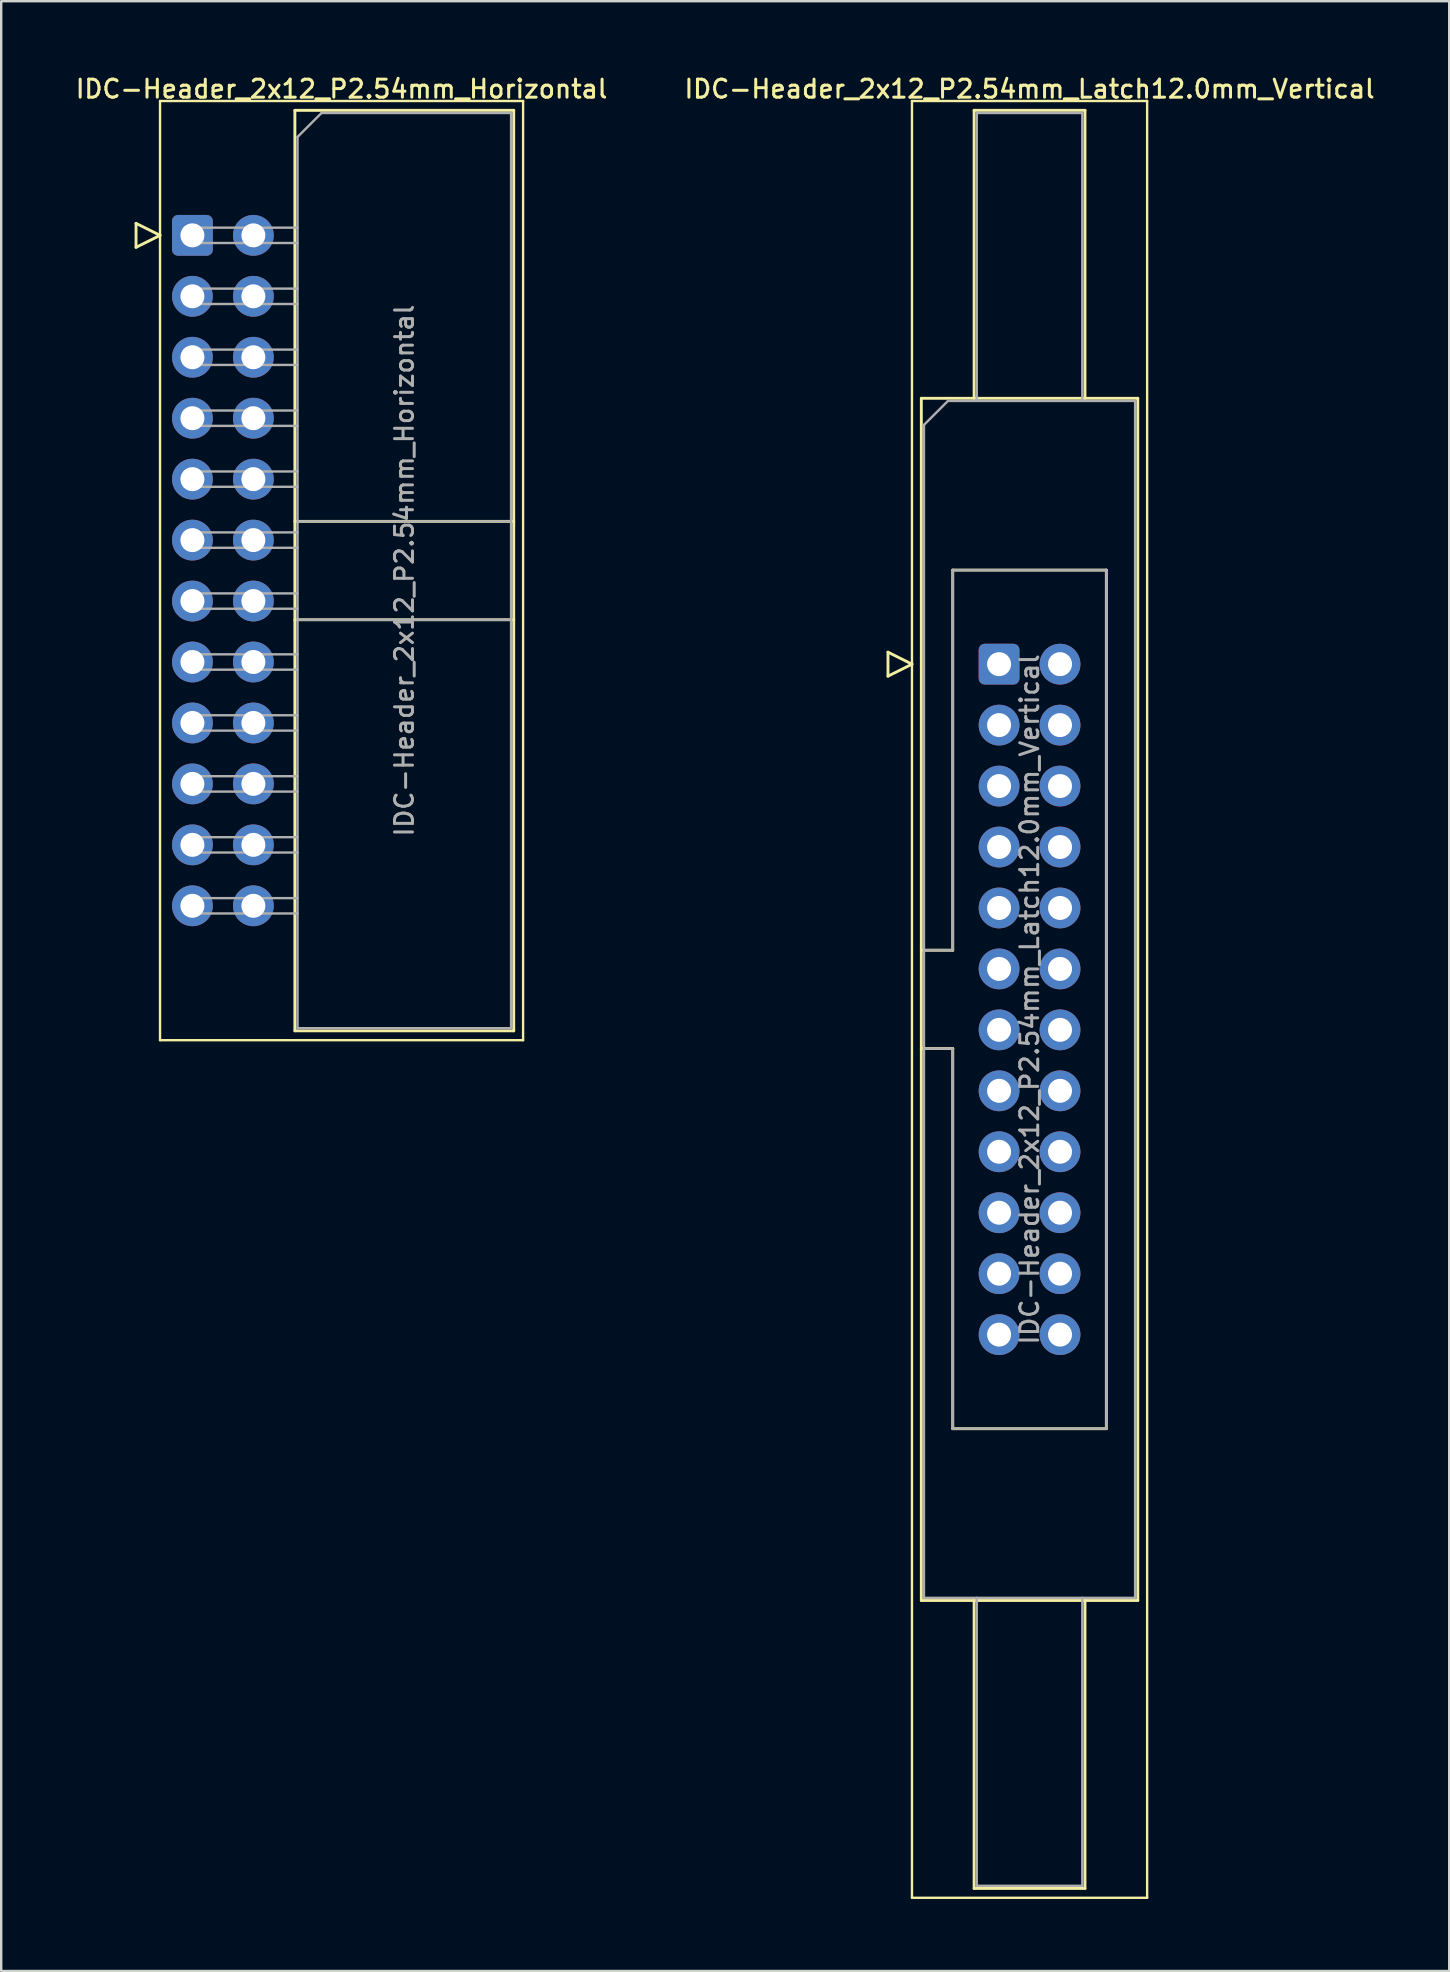
<source format=kicad_pcb>
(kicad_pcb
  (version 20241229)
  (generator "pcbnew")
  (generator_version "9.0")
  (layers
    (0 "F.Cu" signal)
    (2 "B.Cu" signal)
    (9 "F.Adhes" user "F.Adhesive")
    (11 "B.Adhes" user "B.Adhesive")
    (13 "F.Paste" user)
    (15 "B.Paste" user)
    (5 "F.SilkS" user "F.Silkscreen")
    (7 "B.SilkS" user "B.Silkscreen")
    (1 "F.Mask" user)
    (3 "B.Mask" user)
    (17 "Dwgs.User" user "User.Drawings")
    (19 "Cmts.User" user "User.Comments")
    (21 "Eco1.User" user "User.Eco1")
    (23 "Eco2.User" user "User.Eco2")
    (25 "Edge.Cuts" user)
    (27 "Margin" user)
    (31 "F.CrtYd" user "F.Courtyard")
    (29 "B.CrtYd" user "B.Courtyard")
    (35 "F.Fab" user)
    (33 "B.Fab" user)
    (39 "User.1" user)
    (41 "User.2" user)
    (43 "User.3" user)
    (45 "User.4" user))
  (footprint "IDC-Header_2x12_P2.54mm_Horizontal"
    (layer "F.Cu")
    (at 4.969 6.758)
    (property "Reference" "IDC-Header_2x12_P2.54mm_Horizontal" (at 6.215 -6.1 0) (layer "F.SilkS") (effects (font (size 0.75 0.75) (thickness 0.125))))
    (attr through_hole)
    (fp_line (start -2.35 -0.5) (end -2.35 0.5) (stroke (width 0.12) (type solid)) (layer "F.SilkS"))
    (fp_line (start -2.35 0.5) (end -1.35 0) (stroke (width 0.12) (type solid)) (layer "F.SilkS"))
    (fp_line (start -1.35 -5.6) (end -1.35 33.54) (stroke (width 0.1) (type solid)) (layer "F.SilkS"))
    (fp_line (start -1.35 0) (end -2.35 -0.5) (stroke (width 0.12) (type solid)) (layer "F.SilkS"))
    (fp_line (start -1.35 33.54) (end 13.78 33.54) (stroke (width 0.1) (type solid)) (layer "F.SilkS"))
    (fp_line (start 4.27 -5.21) (end 13.39 -5.21) (stroke (width 0.12) (type solid)) (layer "F.SilkS"))
    (fp_line (start 4.27 11.92) (end 13.39 11.92) (stroke (width 0.12) (type solid)) (layer "F.SilkS"))
    (fp_line (start 4.27 16.02) (end 13.39 16.02) (stroke (width 0.12) (type solid)) (layer "F.SilkS"))
    (fp_line (start 4.27 33.15) (end 4.27 -5.21) (stroke (width 0.12) (type solid)) (layer "F.SilkS"))
    (fp_line (start 13.39 -5.21) (end 13.39 33.15) (stroke (width 0.12) (type solid)) (layer "F.SilkS"))
    (fp_line (start 13.39 33.15) (end 4.27 33.15) (stroke (width 0.12) (type solid)) (layer "F.SilkS"))
    (fp_line (start 13.78 -5.6) (end -1.35 -5.6) (stroke (width 0.1) (type solid)) (layer "F.SilkS"))
    (fp_line (start 13.78 33.54) (end 13.78 -5.6) (stroke (width 0.1) (type solid)) (layer "F.SilkS"))
    (fp_line (start -0.32 -0.32) (end -0.32 0.32) (stroke (width 0.1) (type solid)) (layer "F.Fab"))
    (fp_line (start -0.32 0.32) (end 4.38 0.32) (stroke (width 0.1) (type solid)) (layer "F.Fab"))
    (fp_line (start -0.32 2.22) (end -0.32 2.86) (stroke (width 0.1) (type solid)) (layer "F.Fab"))
    (fp_line (start -0.32 2.86) (end 4.38 2.86) (stroke (width 0.1) (type solid)) (layer "F.Fab"))
    (fp_line (start -0.32 4.76) (end -0.32 5.4) (stroke (width 0.1) (type solid)) (layer "F.Fab"))
    (fp_line (start -0.32 5.4) (end 4.38 5.4) (stroke (width 0.1) (type solid)) (layer "F.Fab"))
    (fp_line (start -0.32 7.3) (end -0.32 7.94) (stroke (width 0.1) (type solid)) (layer "F.Fab"))
    (fp_line (start -0.32 7.94) (end 4.38 7.94) (stroke (width 0.1) (type solid)) (layer "F.Fab"))
    (fp_line (start -0.32 9.84) (end -0.32 10.48) (stroke (width 0.1) (type solid)) (layer "F.Fab"))
    (fp_line (start -0.32 10.48) (end 4.38 10.48) (stroke (width 0.1) (type solid)) (layer "F.Fab"))
    (fp_line (start -0.32 12.38) (end -0.32 13.02) (stroke (width 0.1) (type solid)) (layer "F.Fab"))
    (fp_line (start -0.32 13.02) (end 4.38 13.02) (stroke (width 0.1) (type solid)) (layer "F.Fab"))
    (fp_line (start -0.32 14.92) (end -0.32 15.56) (stroke (width 0.1) (type solid)) (layer "F.Fab"))
    (fp_line (start -0.32 15.56) (end 4.38 15.56) (stroke (width 0.1) (type solid)) (layer "F.Fab"))
    (fp_line (start -0.32 17.46) (end -0.32 18.1) (stroke (width 0.1) (type solid)) (layer "F.Fab"))
    (fp_line (start -0.32 18.1) (end 4.38 18.1) (stroke (width 0.1) (type solid)) (layer "F.Fab"))
    (fp_line (start -0.32 20) (end -0.32 20.64) (stroke (width 0.1) (type solid)) (layer "F.Fab"))
    (fp_line (start -0.32 20.64) (end 4.38 20.64) (stroke (width 0.1) (type solid)) (layer "F.Fab"))
    (fp_line (start -0.32 22.54) (end -0.32 23.18) (stroke (width 0.1) (type solid)) (layer "F.Fab"))
    (fp_line (start -0.32 23.18) (end 4.38 23.18) (stroke (width 0.1) (type solid)) (layer "F.Fab"))
    (fp_line (start -0.32 25.08) (end -0.32 25.72) (stroke (width 0.1) (type solid)) (layer "F.Fab"))
    (fp_line (start -0.32 25.72) (end 4.38 25.72) (stroke (width 0.1) (type solid)) (layer "F.Fab"))
    (fp_line (start -0.32 27.62) (end -0.32 28.26) (stroke (width 0.1) (type solid)) (layer "F.Fab"))
    (fp_line (start -0.32 28.26) (end 4.38 28.26) (stroke (width 0.1) (type solid)) (layer "F.Fab"))
    (fp_line (start 4.38 -4.1) (end 5.38 -5.1) (stroke (width 0.1) (type solid)) (layer "F.Fab"))
    (fp_line (start 4.38 -0.32) (end -0.32 -0.32) (stroke (width 0.1) (type solid)) (layer "F.Fab"))
    (fp_line (start 4.38 2.22) (end -0.32 2.22) (stroke (width 0.1) (type solid)) (layer "F.Fab"))
    (fp_line (start 4.38 4.76) (end -0.32 4.76) (stroke (width 0.1) (type solid)) (layer "F.Fab"))
    (fp_line (start 4.38 7.3) (end -0.32 7.3) (stroke (width 0.1) (type solid)) (layer "F.Fab"))
    (fp_line (start 4.38 9.84) (end -0.32 9.84) (stroke (width 0.1) (type solid)) (layer "F.Fab"))
    (fp_line (start 4.38 11.92) (end 13.28 11.92) (stroke (width 0.1) (type solid)) (layer "F.Fab"))
    (fp_line (start 4.38 12.38) (end -0.32 12.38) (stroke (width 0.1) (type solid)) (layer "F.Fab"))
    (fp_line (start 4.38 14.92) (end -0.32 14.92) (stroke (width 0.1) (type solid)) (layer "F.Fab"))
    (fp_line (start 4.38 16.02) (end 13.28 16.02) (stroke (width 0.1) (type solid)) (layer "F.Fab"))
    (fp_line (start 4.38 17.46) (end -0.32 17.46) (stroke (width 0.1) (type solid)) (layer "F.Fab"))
    (fp_line (start 4.38 20) (end -0.32 20) (stroke (width 0.1) (type solid)) (layer "F.Fab"))
    (fp_line (start 4.38 22.54) (end -0.32 22.54) (stroke (width 0.1) (type solid)) (layer "F.Fab"))
    (fp_line (start 4.38 25.08) (end -0.32 25.08) (stroke (width 0.1) (type solid)) (layer "F.Fab"))
    (fp_line (start 4.38 27.62) (end -0.32 27.62) (stroke (width 0.1) (type solid)) (layer "F.Fab"))
    (fp_line (start 4.38 33.04) (end 4.38 -4.1) (stroke (width 0.1) (type solid)) (layer "F.Fab"))
    (fp_line (start 5.38 -5.1) (end 13.28 -5.1) (stroke (width 0.1) (type solid)) (layer "F.Fab"))
    (fp_line (start 13.28 -5.1) (end 13.28 33.04) (stroke (width 0.1) (type solid)) (layer "F.Fab"))
    (fp_line (start 13.28 33.04) (end 4.38 33.04) (stroke (width 0.1) (type solid)) (layer "F.Fab"))
    (fp_text user "${REFERENCE}" (at 8.83 13.97 90) (layer "F.Fab") (effects (font (size 0.75 0.75) (thickness 0.125))))
    (pad "1" thru_hole roundrect (at 0 0) (size 1.7 1.7) (drill 1) (layers "*.Cu" "*.Mask") (roundrect_rratio 0.147))
    (pad "2" thru_hole circle (at 2.54 0) (size 1.7 1.7) (drill 1) (layers "*.Cu" "*.Mask"))
    (pad "3" thru_hole circle (at 0 2.54) (size 1.7 1.7) (drill 1) (layers "*.Cu" "*.Mask"))
    (pad "4" thru_hole circle (at 2.54 2.54) (size 1.7 1.7) (drill 1) (layers "*.Cu" "*.Mask"))
    (pad "5" thru_hole circle (at 0 5.08) (size 1.7 1.7) (drill 1) (layers "*.Cu" "*.Mask"))
    (pad "6" thru_hole circle (at 2.54 5.08) (size 1.7 1.7) (drill 1) (layers "*.Cu" "*.Mask"))
    (pad "7" thru_hole circle (at 0 7.62) (size 1.7 1.7) (drill 1) (layers "*.Cu" "*.Mask"))
    (pad "8" thru_hole circle (at 2.54 7.62) (size 1.7 1.7) (drill 1) (layers "*.Cu" "*.Mask"))
    (pad "9" thru_hole circle (at 0 10.16) (size 1.7 1.7) (drill 1) (layers "*.Cu" "*.Mask"))
    (pad "10" thru_hole circle (at 2.54 10.16) (size 1.7 1.7) (drill 1) (layers "*.Cu" "*.Mask"))
    (pad "11" thru_hole circle (at 0 12.7) (size 1.7 1.7) (drill 1) (layers "*.Cu" "*.Mask"))
    (pad "12" thru_hole circle (at 2.54 12.7) (size 1.7 1.7) (drill 1) (layers "*.Cu" "*.Mask"))
    (pad "13" thru_hole circle (at 0 15.24) (size 1.7 1.7) (drill 1) (layers "*.Cu" "*.Mask"))
    (pad "14" thru_hole circle (at 2.54 15.24) (size 1.7 1.7) (drill 1) (layers "*.Cu" "*.Mask"))
    (pad "15" thru_hole circle (at 0 17.78) (size 1.7 1.7) (drill 1) (layers "*.Cu" "*.Mask"))
    (pad "16" thru_hole circle (at 2.54 17.78) (size 1.7 1.7) (drill 1) (layers "*.Cu" "*.Mask"))
    (pad "17" thru_hole circle (at 0 20.32) (size 1.7 1.7) (drill 1) (layers "*.Cu" "*.Mask"))
    (pad "18" thru_hole circle (at 2.54 20.32) (size 1.7 1.7) (drill 1) (layers "*.Cu" "*.Mask"))
    (pad "19" thru_hole circle (at 0 22.86) (size 1.7 1.7) (drill 1) (layers "*.Cu" "*.Mask"))
    (pad "20" thru_hole circle (at 2.54 22.86) (size 1.7 1.7) (drill 1) (layers "*.Cu" "*.Mask"))
    (pad "21" thru_hole circle (at 0 25.4) (size 1.7 1.7) (drill 1) (layers "*.Cu" "*.Mask"))
    (pad "22" thru_hole circle (at 2.54 25.4) (size 1.7 1.7) (drill 1) (layers "*.Cu" "*.Mask"))
    (pad "23" thru_hole circle (at 0 27.94) (size 1.7 1.7) (drill 1) (layers "*.Cu" "*.Mask"))
    (pad "24" thru_hole circle (at 2.54 27.94) (size 1.7 1.7) (drill 1) (layers "*.Cu" "*.Mask")))
  (footprint "IDC-Header_2x12_P2.54mm_Latch12.0mm_Vertical"
    (layer "F.Cu")
    (at 38.585 24.628)
    (property "Reference" "IDC-Header_2x12_P2.54mm_Latch12.0mm_Vertical" (at 1.27 -23.97 0) (layer "F.SilkS") (effects (font (size 0.75 0.75) (thickness 0.125))))
    (attr through_hole)
    (fp_line (start -4.63 -0.5) (end -4.63 0.5) (stroke (width 0.12) (type solid)) (layer "F.SilkS"))
    (fp_line (start -4.63 0.5) (end -3.63 0) (stroke (width 0.12) (type solid)) (layer "F.SilkS"))
    (fp_line (start -3.63 -23.47) (end -3.63 51.41) (stroke (width 0.1) (type solid)) (layer "F.SilkS"))
    (fp_line (start -3.63 0) (end -4.63 -0.5) (stroke (width 0.12) (type solid)) (layer "F.SilkS"))
    (fp_line (start -3.63 51.41) (end 6.17 51.41) (stroke (width 0.1) (type solid)) (layer "F.SilkS"))
    (fp_line (start -3.24 -11.08) (end 5.78 -11.08) (stroke (width 0.12) (type solid)) (layer "F.SilkS"))
    (fp_line (start -3.24 11.92) (end -1.93 11.92) (stroke (width 0.12) (type solid)) (layer "F.SilkS"))
    (fp_line (start -3.24 39.02) (end -3.24 -11.08) (stroke (width 0.12) (type solid)) (layer "F.SilkS"))
    (fp_line (start -1.93 -3.92) (end 4.47 -3.92) (stroke (width 0.12) (type solid)) (layer "F.SilkS"))
    (fp_line (start -1.93 11.92) (end -1.93 -3.92) (stroke (width 0.12) (type solid)) (layer "F.SilkS"))
    (fp_line (start -1.93 16.02) (end -3.24 16.02) (stroke (width 0.12) (type solid)) (layer "F.SilkS"))
    (fp_line (start -1.93 16.02) (end -1.93 16.02) (stroke (width 0.12) (type solid)) (layer "F.SilkS"))
    (fp_line (start -1.93 31.86) (end -1.93 16.02) (stroke (width 0.12) (type solid)) (layer "F.SilkS"))
    (fp_line (start -1.04 -23.08) (end 3.58 -23.08) (stroke (width 0.12) (type solid)) (layer "F.SilkS"))
    (fp_line (start -1.04 -11.08) (end -1.04 -23.08) (stroke (width 0.12) (type solid)) (layer "F.SilkS"))
    (fp_line (start -1.04 39.02) (end -1.04 51.02) (stroke (width 0.12) (type solid)) (layer "F.SilkS"))
    (fp_line (start -1.04 51.02) (end 3.58 51.02) (stroke (width 0.12) (type solid)) (layer "F.SilkS"))
    (fp_line (start 3.58 -23.08) (end 3.58 -11.08) (stroke (width 0.12) (type solid)) (layer "F.SilkS"))
    (fp_line (start 3.58 51.02) (end 3.58 39.02) (stroke (width 0.12) (type solid)) (layer "F.SilkS"))
    (fp_line (start 4.47 -3.92) (end 4.47 31.86) (stroke (width 0.12) (type solid)) (layer "F.SilkS"))
    (fp_line (start 4.47 31.86) (end -1.93 31.86) (stroke (width 0.12) (type solid)) (layer "F.SilkS"))
    (fp_line (start 5.78 -11.08) (end 5.78 39.02) (stroke (width 0.12) (type solid)) (layer "F.SilkS"))
    (fp_line (start 5.78 39.02) (end -3.24 39.02) (stroke (width 0.12) (type solid)) (layer "F.SilkS"))
    (fp_line (start 6.17 -23.47) (end -3.63 -23.47) (stroke (width 0.1) (type solid)) (layer "F.SilkS"))
    (fp_line (start 6.17 51.41) (end 6.17 -23.47) (stroke (width 0.1) (type solid)) (layer "F.SilkS"))
    (fp_line (start -3.13 -9.97) (end -2.13 -10.97) (stroke (width 0.1) (type solid)) (layer "F.Fab"))
    (fp_line (start -3.13 11.92) (end -1.93 11.92) (stroke (width 0.1) (type solid)) (layer "F.Fab"))
    (fp_line (start -3.13 38.91) (end -3.13 -9.97) (stroke (width 0.1) (type solid)) (layer "F.Fab"))
    (fp_line (start -2.13 -10.97) (end 5.67 -10.97) (stroke (width 0.1) (type solid)) (layer "F.Fab"))
    (fp_line (start -1.93 -3.92) (end 4.47 -3.92) (stroke (width 0.1) (type solid)) (layer "F.Fab"))
    (fp_line (start -1.93 11.92) (end -1.93 -3.92) (stroke (width 0.1) (type solid)) (layer "F.Fab"))
    (fp_line (start -1.93 16.02) (end -3.13 16.02) (stroke (width 0.1) (type solid)) (layer "F.Fab"))
    (fp_line (start -1.93 16.02) (end -1.93 16.02) (stroke (width 0.1) (type solid)) (layer "F.Fab"))
    (fp_line (start -1.93 31.86) (end -1.93 16.02) (stroke (width 0.1) (type solid)) (layer "F.Fab"))
    (fp_line (start -0.93 -22.97) (end 3.47 -22.97) (stroke (width 0.1) (type solid)) (layer "F.Fab"))
    (fp_line (start -0.93 -10.97) (end -0.93 -22.97) (stroke (width 0.1) (type solid)) (layer "F.Fab"))
    (fp_line (start -0.93 38.91) (end -0.93 50.91) (stroke (width 0.1) (type solid)) (layer "F.Fab"))
    (fp_line (start -0.93 50.91) (end 3.47 50.91) (stroke (width 0.1) (type solid)) (layer "F.Fab"))
    (fp_line (start 3.47 -22.97) (end 3.47 -10.97) (stroke (width 0.1) (type solid)) (layer "F.Fab"))
    (fp_line (start 3.47 50.91) (end 3.47 38.91) (stroke (width 0.1) (type solid)) (layer "F.Fab"))
    (fp_line (start 4.47 -3.92) (end 4.47 31.86) (stroke (width 0.1) (type solid)) (layer "F.Fab"))
    (fp_line (start 4.47 31.86) (end -1.93 31.86) (stroke (width 0.1) (type solid)) (layer "F.Fab"))
    (fp_line (start 5.67 -10.97) (end 5.67 38.91) (stroke (width 0.1) (type solid)) (layer "F.Fab"))
    (fp_line (start 5.67 38.91) (end -3.13 38.91) (stroke (width 0.1) (type solid)) (layer "F.Fab"))
    (fp_text user "${REFERENCE}" (at 1.27 13.97 90) (layer "F.Fab") (effects (font (size 0.75 0.75) (thickness 0.125))))
    (pad "1" thru_hole roundrect (at 0 0) (size 1.7 1.7) (drill 1) (layers "*.Cu" "*.Mask") (roundrect_rratio 0.147))
    (pad "2" thru_hole circle (at 2.54 0) (size 1.7 1.7) (drill 1) (layers "*.Cu" "*.Mask"))
    (pad "3" thru_hole circle (at 0 2.54) (size 1.7 1.7) (drill 1) (layers "*.Cu" "*.Mask"))
    (pad "4" thru_hole circle (at 2.54 2.54) (size 1.7 1.7) (drill 1) (layers "*.Cu" "*.Mask"))
    (pad "5" thru_hole circle (at 0 5.08) (size 1.7 1.7) (drill 1) (layers "*.Cu" "*.Mask"))
    (pad "6" thru_hole circle (at 2.54 5.08) (size 1.7 1.7) (drill 1) (layers "*.Cu" "*.Mask"))
    (pad "7" thru_hole circle (at 0 7.62) (size 1.7 1.7) (drill 1) (layers "*.Cu" "*.Mask"))
    (pad "8" thru_hole circle (at 2.54 7.62) (size 1.7 1.7) (drill 1) (layers "*.Cu" "*.Mask"))
    (pad "9" thru_hole circle (at 0 10.16) (size 1.7 1.7) (drill 1) (layers "*.Cu" "*.Mask"))
    (pad "10" thru_hole circle (at 2.54 10.16) (size 1.7 1.7) (drill 1) (layers "*.Cu" "*.Mask"))
    (pad "11" thru_hole circle (at 0 12.7) (size 1.7 1.7) (drill 1) (layers "*.Cu" "*.Mask"))
    (pad "12" thru_hole circle (at 2.54 12.7) (size 1.7 1.7) (drill 1) (layers "*.Cu" "*.Mask"))
    (pad "13" thru_hole circle (at 0 15.24) (size 1.7 1.7) (drill 1) (layers "*.Cu" "*.Mask"))
    (pad "14" thru_hole circle (at 2.54 15.24) (size 1.7 1.7) (drill 1) (layers "*.Cu" "*.Mask"))
    (pad "15" thru_hole circle (at 0 17.78) (size 1.7 1.7) (drill 1) (layers "*.Cu" "*.Mask"))
    (pad "16" thru_hole circle (at 2.54 17.78) (size 1.7 1.7) (drill 1) (layers "*.Cu" "*.Mask"))
    (pad "17" thru_hole circle (at 0 20.32) (size 1.7 1.7) (drill 1) (layers "*.Cu" "*.Mask"))
    (pad "18" thru_hole circle (at 2.54 20.32) (size 1.7 1.7) (drill 1) (layers "*.Cu" "*.Mask"))
    (pad "19" thru_hole circle (at 0 22.86) (size 1.7 1.7) (drill 1) (layers "*.Cu" "*.Mask"))
    (pad "20" thru_hole circle (at 2.54 22.86) (size 1.7 1.7) (drill 1) (layers "*.Cu" "*.Mask"))
    (pad "21" thru_hole circle (at 0 25.4) (size 1.7 1.7) (drill 1) (layers "*.Cu" "*.Mask"))
    (pad "22" thru_hole circle (at 2.54 25.4) (size 1.7 1.7) (drill 1) (layers "*.Cu" "*.Mask"))
    (pad "23" thru_hole circle (at 0 27.94) (size 1.7 1.7) (drill 1) (layers "*.Cu" "*.Mask"))
    (pad "24" thru_hole circle (at 2.54 27.94) (size 1.7 1.7) (drill 1) (layers "*.Cu" "*.Mask")))
  (gr_rect
    (start -3 -3)
    (end 57.343 79.088)
    (stroke (width 0.1) (type default))
    (fill no)
    (layer "Edge.Cuts")))
</source>
